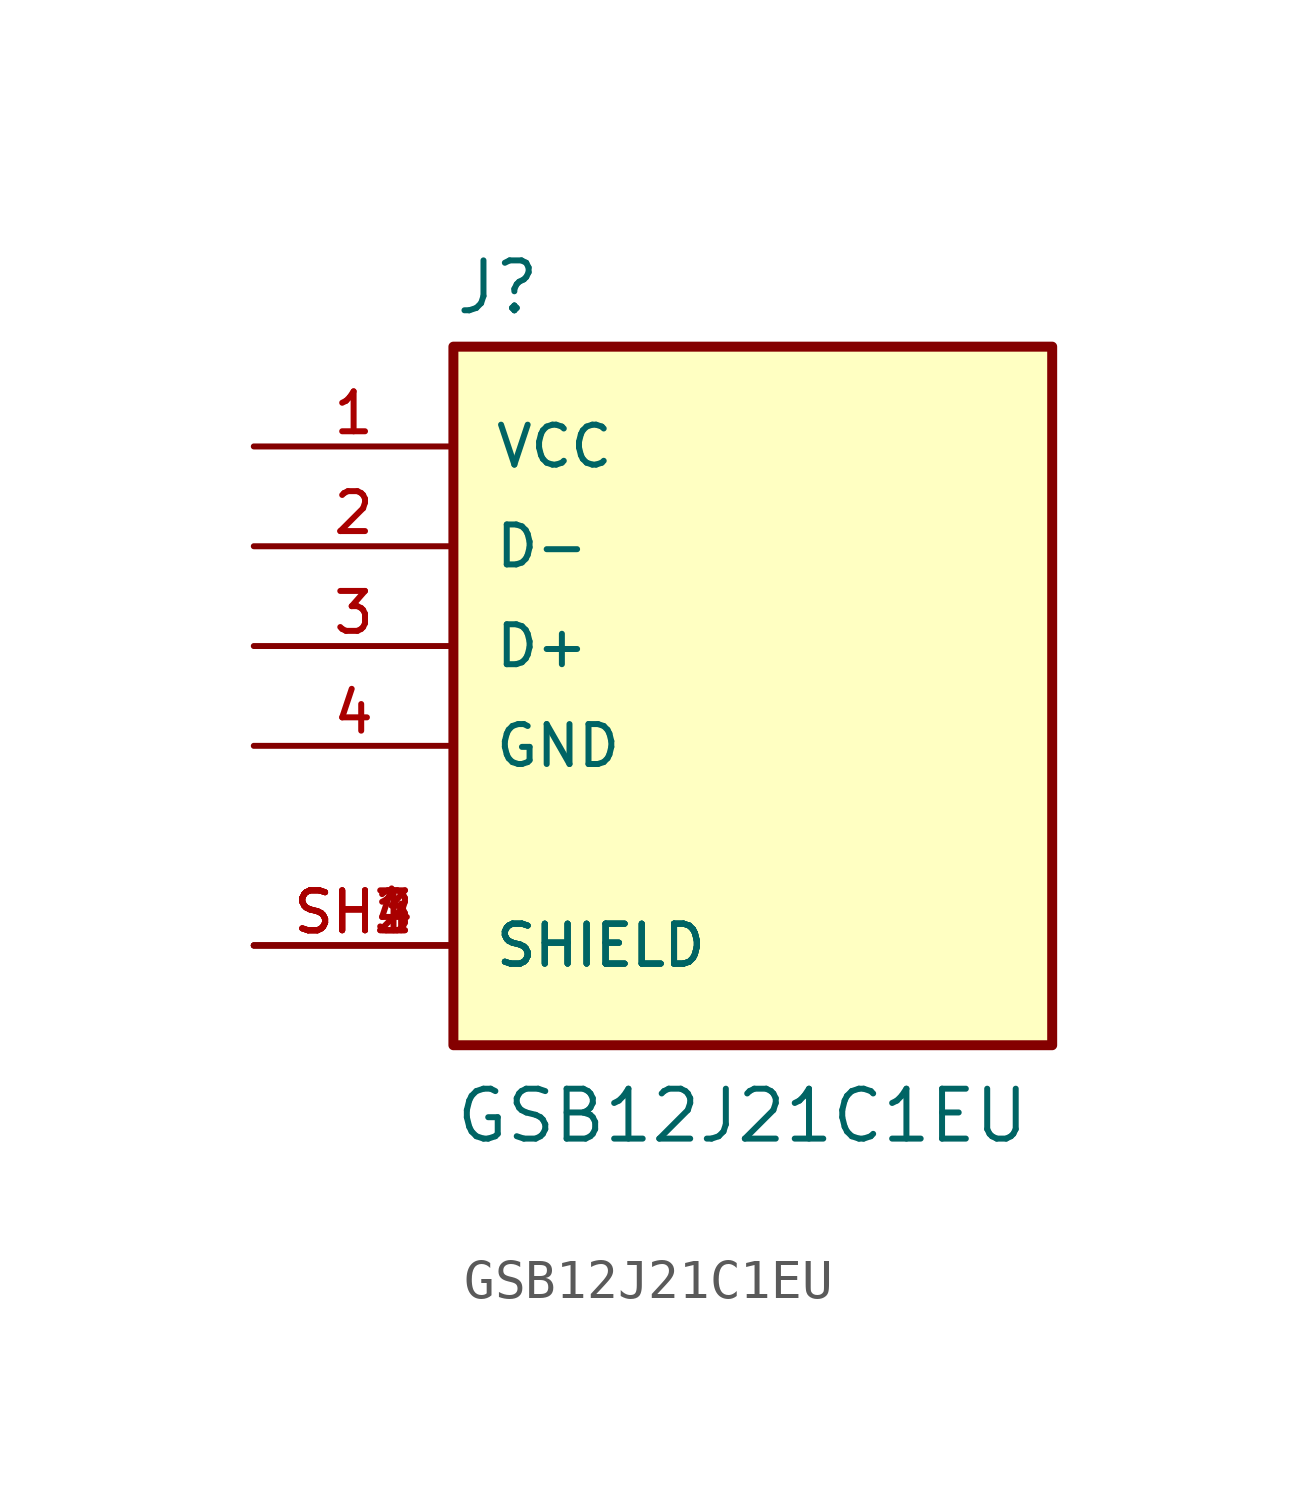
<source format=kicad_sym>
(kicad_symbol_lib
  (version 20231120)
  (generator "kicad_symbol_editor")
  (generator_version "8.0")
  (symbol "GSB12J21C1EU"
    (pin_names
      (offset 1.016))
    (property "Reference" "J"
      (at -7.62 8.382 0)
      (effects (font (size 1.27 1.27)) (justify left bottom)))
    (property "Value" "GSB12J21C1EU"
      (at -7.62 -12.7 0)
      (effects (font (size 1.27 1.27)) (justify left bottom)))
    (symbol "GSB12J21C1EU_0_0"
      (rectangle (start -7.62 -10.16) (end 7.62 7.62) (stroke (width 0.254) (type default)) (fill (type background)))
      (pin power_in line (at -12.7 5.08 0) (length 5.08) (name "VCC" (effects (font (size 1.016 1.016)))) (number "1" (effects (font (size 1.016 1.016)))))
      (pin bidirectional line (at -12.7 2.54 0) (length 5.08) (name "D-" (effects (font (size 1.016 1.016)))) (number "2" (effects (font (size 1.016 1.016)))))
      (pin bidirectional line (at -12.7 0 0) (length 5.08) (name "D+" (effects (font (size 1.016 1.016)))) (number "3" (effects (font (size 1.016 1.016)))))
      (pin power_in line (at -12.7 -2.54 0) (length 5.08) (name "GND" (effects (font (size 1.016 1.016)))) (number "4" (effects (font (size 1.016 1.016)))))
      (pin passive line (at -12.7 -7.62 0) (length 5.08) (name "SHIELD" (effects (font (size 1.016 1.016)))) (number "SH1" (effects (font (size 1.016 1.016)))))
      (pin passive line (at -12.7 -7.62 0) (length 5.08) (name "SHIELD" (effects (font (size 1.016 1.016)))) (number "SH2" (effects (font (size 1.016 1.016)))))
      (pin passive line (at -12.7 -7.62 0) (length 5.08) (name "SHIELD" (effects (font (size 1.016 1.016)))) (number "SH3" (effects (font (size 1.016 1.016)))))
      (pin passive line (at -12.7 -7.62 0) (length 5.08) (name "SHIELD" (effects (font (size 1.016 1.016)))) (number "SH4" (effects (font (size 1.016 1.016))))))))
</source>
